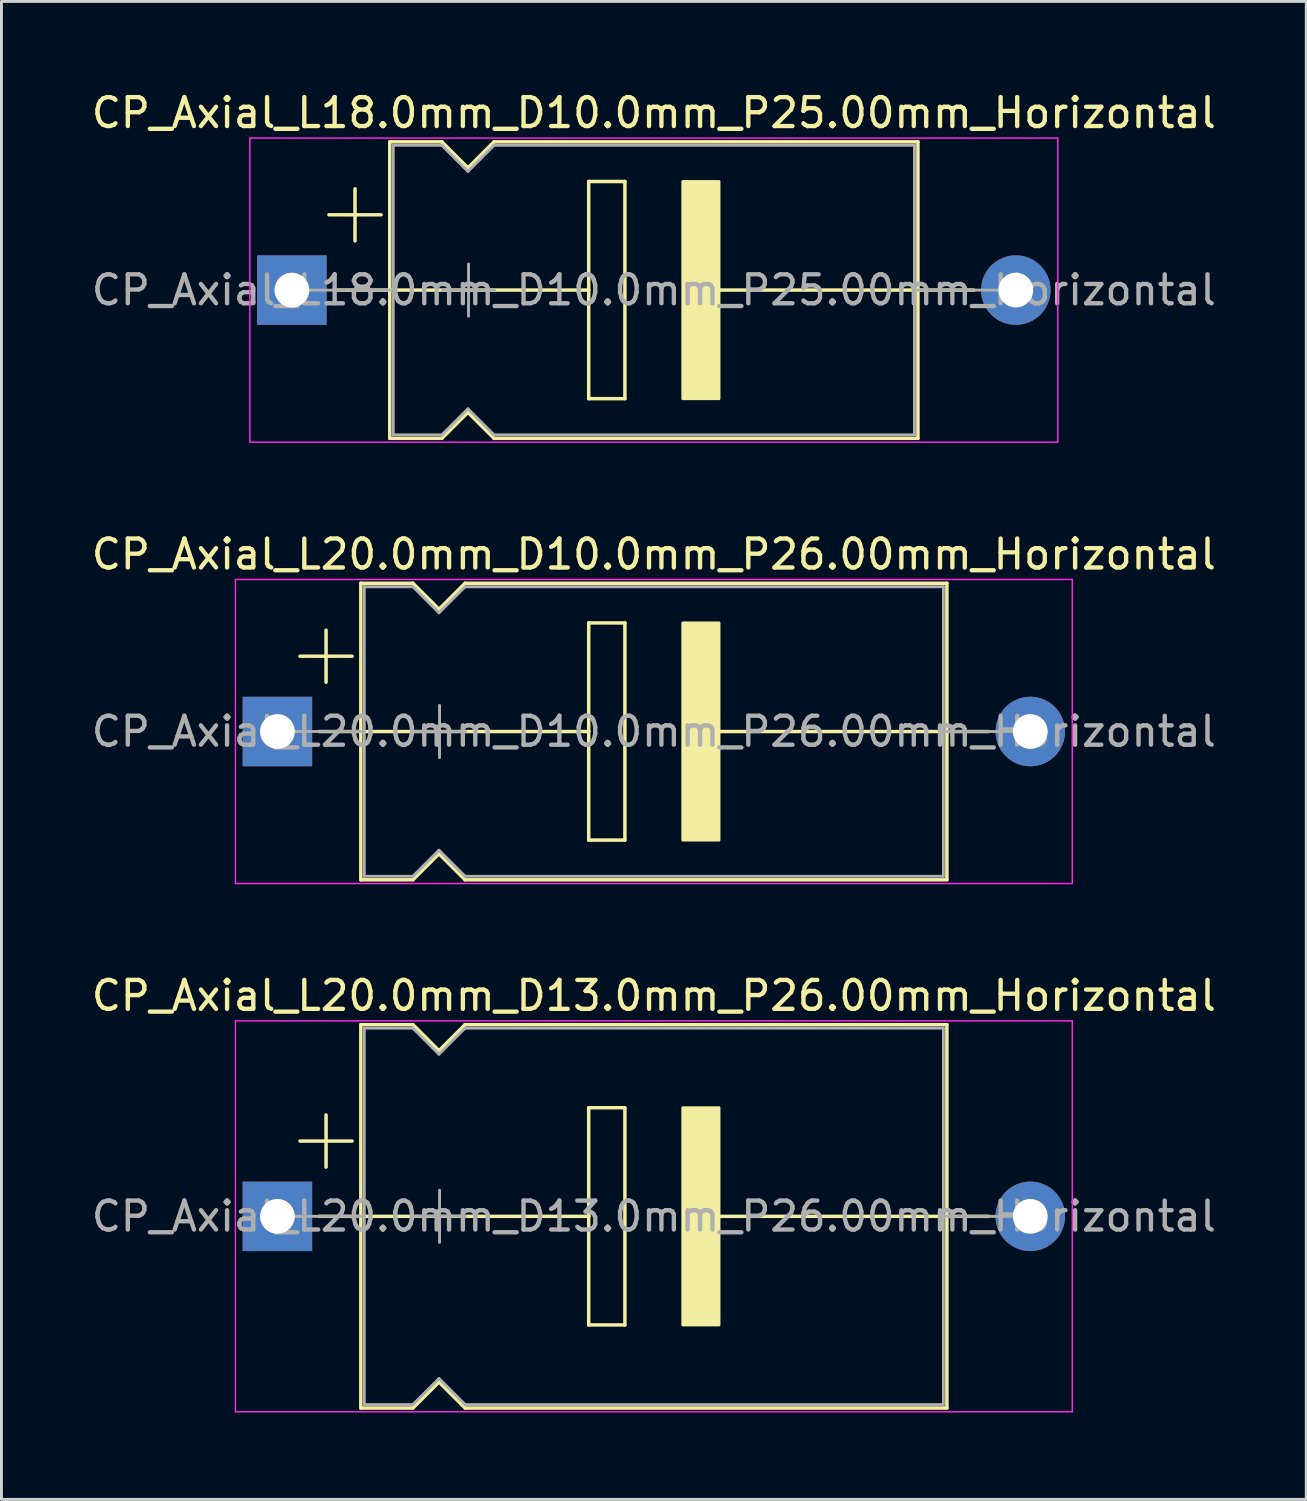
<source format=kicad_pcb>
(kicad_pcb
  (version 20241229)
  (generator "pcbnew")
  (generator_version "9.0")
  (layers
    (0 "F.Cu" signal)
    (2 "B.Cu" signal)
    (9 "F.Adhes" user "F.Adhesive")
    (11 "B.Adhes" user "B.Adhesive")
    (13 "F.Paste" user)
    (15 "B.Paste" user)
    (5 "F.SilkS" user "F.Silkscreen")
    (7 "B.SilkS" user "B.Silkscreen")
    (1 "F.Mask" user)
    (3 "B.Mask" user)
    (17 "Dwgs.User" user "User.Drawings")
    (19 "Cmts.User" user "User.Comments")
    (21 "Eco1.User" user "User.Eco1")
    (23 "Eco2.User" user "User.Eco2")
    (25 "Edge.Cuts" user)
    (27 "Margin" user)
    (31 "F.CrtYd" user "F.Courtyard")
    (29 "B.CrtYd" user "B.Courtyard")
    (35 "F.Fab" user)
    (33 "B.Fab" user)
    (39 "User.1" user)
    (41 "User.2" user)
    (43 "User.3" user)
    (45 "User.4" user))
  (footprint "CP_Axial_L20.0mm_D13.0mm_P26.00mm_Horizontal"
    (layer "F.Cu")
    (at 6.53 38.955)
    (property "Reference" "CP_Axial_L20.0mm_D13.0mm_P26.00mm_Horizontal" (at 13 -7.62 0) (layer "F.SilkS") (effects (font (size 1 1) (thickness 0.15))))
    (attr through_hole)
    (fp_line (start 0.78 -2.6) (end 2.58 -2.6) (stroke (width 0.12) (type solid)) (layer "F.SilkS"))
    (fp_line (start 1.44 0) (end 2.88 0) (stroke (width 0.12) (type solid)) (layer "F.SilkS"))
    (fp_line (start 1.68 -3.5) (end 1.68 -1.7) (stroke (width 0.12) (type solid)) (layer "F.SilkS"))
    (fp_line (start 2.88 -6.62) (end 2.88 6.62) (stroke (width 0.12) (type solid)) (layer "F.SilkS"))
    (fp_line (start 2.88 -6.62) (end 4.68 -6.62) (stroke (width 0.12) (type solid)) (layer "F.SilkS"))
    (fp_line (start 2.88 0) (end 10.75 0) (stroke (width 0.12) (type solid)) (layer "F.SilkS"))
    (fp_line (start 2.88 6.62) (end 4.68 6.62) (stroke (width 0.12) (type solid)) (layer "F.SilkS"))
    (fp_line (start 4.68 -6.62) (end 5.58 -5.72) (stroke (width 0.12) (type solid)) (layer "F.SilkS"))
    (fp_line (start 4.68 6.62) (end 5.58 5.72) (stroke (width 0.12) (type solid)) (layer "F.SilkS"))
    (fp_line (start 5.58 -5.72) (end 6.48 -6.62) (stroke (width 0.12) (type solid)) (layer "F.SilkS"))
    (fp_line (start 5.58 5.72) (end 6.48 6.62) (stroke (width 0.12) (type solid)) (layer "F.SilkS"))
    (fp_line (start 6.48 -6.62) (end 23.12 -6.62) (stroke (width 0.12) (type solid)) (layer "F.SilkS"))
    (fp_line (start 6.48 6.62) (end 23.12 6.62) (stroke (width 0.12) (type solid)) (layer "F.SilkS"))
    (fp_line (start 10.75 -3.75) (end 12 -3.75) (stroke (width 0.12) (type solid)) (layer "F.SilkS"))
    (fp_line (start 10.75 0) (end 10.75 -3.75) (stroke (width 0.12) (type solid)) (layer "F.SilkS"))
    (fp_line (start 10.75 3.75) (end 10.75 0) (stroke (width 0.12) (type solid)) (layer "F.SilkS"))
    (fp_line (start 12 -3.75) (end 12 3.75) (stroke (width 0.12) (type solid)) (layer "F.SilkS"))
    (fp_line (start 12 3.75) (end 10.75 3.75) (stroke (width 0.12) (type solid)) (layer "F.SilkS"))
    (fp_line (start 15.25 0) (end 23.12 0) (stroke (width 0.12) (type solid)) (layer "F.SilkS"))
    (fp_line (start 23.12 -6.62) (end 23.12 6.62) (stroke (width 0.12) (type solid)) (layer "F.SilkS"))
    (fp_line (start 24.56 0) (end 23.12 0) (stroke (width 0.12) (type solid)) (layer "F.SilkS"))
    (fp_poly (pts (xy 15.25 3.75) (xy 14 3.75) (xy 14 -3.75) (xy 15.25 -3.75)) (stroke (width 0.1) (type solid)) (fill yes) (layer "F.SilkS"))
    (fp_line (start -1.45 -6.75) (end -1.45 6.75) (stroke (width 0.05) (type solid)) (layer "F.CrtYd"))
    (fp_line (start -1.45 6.75) (end 27.45 6.75) (stroke (width 0.05) (type solid)) (layer "F.CrtYd"))
    (fp_line (start 27.45 -6.75) (end -1.45 -6.75) (stroke (width 0.05) (type solid)) (layer "F.CrtYd"))
    (fp_line (start 27.45 6.75) (end 27.45 -6.75) (stroke (width 0.05) (type solid)) (layer "F.CrtYd"))
    (fp_line (start 0 0) (end 3 0) (stroke (width 0.1) (type solid)) (layer "F.Fab"))
    (fp_line (start 3 -6.5) (end 3 6.5) (stroke (width 0.1) (type solid)) (layer "F.Fab"))
    (fp_line (start 3 -6.5) (end 4.68 -6.5) (stroke (width 0.1) (type solid)) (layer "F.Fab"))
    (fp_line (start 3 6.5) (end 4.68 6.5) (stroke (width 0.1) (type solid)) (layer "F.Fab"))
    (fp_line (start 4.68 -6.5) (end 5.58 -5.6) (stroke (width 0.1) (type solid)) (layer "F.Fab"))
    (fp_line (start 4.68 6.5) (end 5.58 5.6) (stroke (width 0.1) (type solid)) (layer "F.Fab"))
    (fp_line (start 4.7 0) (end 6.5 0) (stroke (width 0.1) (type solid)) (layer "F.Fab"))
    (fp_line (start 5.58 -5.6) (end 6.48 -6.5) (stroke (width 0.1) (type solid)) (layer "F.Fab"))
    (fp_line (start 5.58 5.6) (end 6.48 6.5) (stroke (width 0.1) (type solid)) (layer "F.Fab"))
    (fp_line (start 5.6 -0.9) (end 5.6 0.9) (stroke (width 0.1) (type solid)) (layer "F.Fab"))
    (fp_line (start 6.48 -6.5) (end 23 -6.5) (stroke (width 0.1) (type solid)) (layer "F.Fab"))
    (fp_line (start 6.48 6.5) (end 23 6.5) (stroke (width 0.1) (type solid)) (layer "F.Fab"))
    (fp_line (start 23 -6.5) (end 23 6.5) (stroke (width 0.1) (type solid)) (layer "F.Fab"))
    (fp_line (start 26 0) (end 23 0) (stroke (width 0.1) (type solid)) (layer "F.Fab"))
    (fp_text user "${REFERENCE}" (at 13 0 0) (layer "F.Fab") (effects (font (size 1 1) (thickness 0.15))))
    (pad "1" thru_hole rect (at 0 0) (size 2.4 2.4) (drill 1.2) (layers "*.Cu" "*.Mask"))
    (pad "2" thru_hole oval (at 26 0) (size 2.4 2.4) (drill 1.2) (layers "*.Cu" "*.Mask")))
  (footprint "CP_Axial_L18.0mm_D10.0mm_P25.00mm_Horizontal"
    (layer "F.Cu")
    (at 7.03 6.968)
    (property "Reference" "CP_Axial_L18.0mm_D10.0mm_P25.00mm_Horizontal" (at 12.5 -6.12 0) (layer "F.SilkS") (effects (font (size 1 1) (thickness 0.15))))
    (attr through_hole)
    (fp_line (start 1.28 -2.6) (end 3.08 -2.6) (stroke (width 0.12) (type solid)) (layer "F.SilkS"))
    (fp_line (start 1.44 0) (end 3.38 0) (stroke (width 0.12) (type solid)) (layer "F.SilkS"))
    (fp_line (start 2.18 -3.5) (end 2.18 -1.7) (stroke (width 0.12) (type solid)) (layer "F.SilkS"))
    (fp_line (start 3.38 -5.12) (end 3.38 5.12) (stroke (width 0.12) (type solid)) (layer "F.SilkS"))
    (fp_line (start 3.38 -5.12) (end 5.18 -5.12) (stroke (width 0.12) (type solid)) (layer "F.SilkS"))
    (fp_line (start 3.38 0) (end 10.25 0) (stroke (width 0.12) (type solid)) (layer "F.SilkS"))
    (fp_line (start 3.38 5.12) (end 5.18 5.12) (stroke (width 0.12) (type solid)) (layer "F.SilkS"))
    (fp_line (start 5.18 -5.12) (end 6.08 -4.22) (stroke (width 0.12) (type solid)) (layer "F.SilkS"))
    (fp_line (start 5.18 5.12) (end 6.08 4.22) (stroke (width 0.12) (type solid)) (layer "F.SilkS"))
    (fp_line (start 6.08 -4.22) (end 6.98 -5.12) (stroke (width 0.12) (type solid)) (layer "F.SilkS"))
    (fp_line (start 6.08 4.22) (end 6.98 5.12) (stroke (width 0.12) (type solid)) (layer "F.SilkS"))
    (fp_line (start 6.98 -5.12) (end 21.62 -5.12) (stroke (width 0.12) (type solid)) (layer "F.SilkS"))
    (fp_line (start 6.98 5.12) (end 21.62 5.12) (stroke (width 0.12) (type solid)) (layer "F.SilkS"))
    (fp_line (start 10.25 -3.75) (end 11.5 -3.75) (stroke (width 0.12) (type solid)) (layer "F.SilkS"))
    (fp_line (start 10.25 0) (end 10.25 -3.75) (stroke (width 0.12) (type solid)) (layer "F.SilkS"))
    (fp_line (start 10.25 3.75) (end 10.25 0) (stroke (width 0.12) (type solid)) (layer "F.SilkS"))
    (fp_line (start 11.5 -3.75) (end 11.5 3.75) (stroke (width 0.12) (type solid)) (layer "F.SilkS"))
    (fp_line (start 11.5 3.75) (end 10.25 3.75) (stroke (width 0.12) (type solid)) (layer "F.SilkS"))
    (fp_line (start 14.75 0) (end 21.62 0) (stroke (width 0.12) (type solid)) (layer "F.SilkS"))
    (fp_line (start 21.62 -5.12) (end 21.62 5.12) (stroke (width 0.12) (type solid)) (layer "F.SilkS"))
    (fp_line (start 23.56 0) (end 21.62 0) (stroke (width 0.12) (type solid)) (layer "F.SilkS"))
    (fp_poly (pts (xy 14.75 3.75) (xy 13.5 3.75) (xy 13.5 -3.75) (xy 14.75 -3.75)) (stroke (width 0.1) (type solid)) (fill yes) (layer "F.SilkS"))
    (fp_line (start -1.45 -5.25) (end -1.45 5.25) (stroke (width 0.05) (type solid)) (layer "F.CrtYd"))
    (fp_line (start -1.45 5.25) (end 26.45 5.25) (stroke (width 0.05) (type solid)) (layer "F.CrtYd"))
    (fp_line (start 26.45 -5.25) (end -1.45 -5.25) (stroke (width 0.05) (type solid)) (layer "F.CrtYd"))
    (fp_line (start 26.45 5.25) (end 26.45 -5.25) (stroke (width 0.05) (type solid)) (layer "F.CrtYd"))
    (fp_line (start 0 0) (end 3.5 0) (stroke (width 0.1) (type solid)) (layer "F.Fab"))
    (fp_line (start 3.5 -5) (end 3.5 5) (stroke (width 0.1) (type solid)) (layer "F.Fab"))
    (fp_line (start 3.5 -5) (end 5.18 -5) (stroke (width 0.1) (type solid)) (layer "F.Fab"))
    (fp_line (start 3.5 5) (end 5.18 5) (stroke (width 0.1) (type solid)) (layer "F.Fab"))
    (fp_line (start 5.18 -5) (end 6.08 -4.1) (stroke (width 0.1) (type solid)) (layer "F.Fab"))
    (fp_line (start 5.18 5) (end 6.08 4.1) (stroke (width 0.1) (type solid)) (layer "F.Fab"))
    (fp_line (start 5.2 0) (end 7 0) (stroke (width 0.1) (type solid)) (layer "F.Fab"))
    (fp_line (start 6.08 -4.1) (end 6.98 -5) (stroke (width 0.1) (type solid)) (layer "F.Fab"))
    (fp_line (start 6.08 4.1) (end 6.98 5) (stroke (width 0.1) (type solid)) (layer "F.Fab"))
    (fp_line (start 6.1 -0.9) (end 6.1 0.9) (stroke (width 0.1) (type solid)) (layer "F.Fab"))
    (fp_line (start 6.98 -5) (end 21.5 -5) (stroke (width 0.1) (type solid)) (layer "F.Fab"))
    (fp_line (start 6.98 5) (end 21.5 5) (stroke (width 0.1) (type solid)) (layer "F.Fab"))
    (fp_line (start 21.5 -5) (end 21.5 5) (stroke (width 0.1) (type solid)) (layer "F.Fab"))
    (fp_line (start 25 0) (end 21.5 0) (stroke (width 0.1) (type solid)) (layer "F.Fab"))
    (fp_text user "${REFERENCE}" (at 12.5 0 0) (layer "F.Fab") (effects (font (size 1 1) (thickness 0.15))))
    (pad "1" thru_hole rect (at 0 0) (size 2.4 2.4) (drill 1.2) (layers "*.Cu" "*.Mask"))
    (pad "2" thru_hole oval (at 25 0) (size 2.4 2.4) (drill 1.2) (layers "*.Cu" "*.Mask")))
  (footprint "CP_Axial_L20.0mm_D10.0mm_P26.00mm_Horizontal"
    (layer "F.Cu")
    (at 6.53 22.212)
    (property "Reference" "CP_Axial_L20.0mm_D10.0mm_P26.00mm_Horizontal" (at 13 -6.12 0) (layer "F.SilkS") (effects (font (size 1 1) (thickness 0.15))))
    (attr through_hole)
    (fp_line (start 0.78 -2.6) (end 2.58 -2.6) (stroke (width 0.12) (type solid)) (layer "F.SilkS"))
    (fp_line (start 1.44 0) (end 2.88 0) (stroke (width 0.12) (type solid)) (layer "F.SilkS"))
    (fp_line (start 1.68 -3.5) (end 1.68 -1.7) (stroke (width 0.12) (type solid)) (layer "F.SilkS"))
    (fp_line (start 2.88 -5.12) (end 2.88 5.12) (stroke (width 0.12) (type solid)) (layer "F.SilkS"))
    (fp_line (start 2.88 -5.12) (end 4.68 -5.12) (stroke (width 0.12) (type solid)) (layer "F.SilkS"))
    (fp_line (start 2.88 0) (end 10.75 0) (stroke (width 0.12) (type solid)) (layer "F.SilkS"))
    (fp_line (start 2.88 5.12) (end 4.68 5.12) (stroke (width 0.12) (type solid)) (layer "F.SilkS"))
    (fp_line (start 4.68 -5.12) (end 5.58 -4.22) (stroke (width 0.12) (type solid)) (layer "F.SilkS"))
    (fp_line (start 4.68 5.12) (end 5.58 4.22) (stroke (width 0.12) (type solid)) (layer "F.SilkS"))
    (fp_line (start 5.58 -4.22) (end 6.48 -5.12) (stroke (width 0.12) (type solid)) (layer "F.SilkS"))
    (fp_line (start 5.58 4.22) (end 6.48 5.12) (stroke (width 0.12) (type solid)) (layer "F.SilkS"))
    (fp_line (start 6.48 -5.12) (end 23.12 -5.12) (stroke (width 0.12) (type solid)) (layer "F.SilkS"))
    (fp_line (start 6.48 5.12) (end 23.12 5.12) (stroke (width 0.12) (type solid)) (layer "F.SilkS"))
    (fp_line (start 10.75 -3.75) (end 12 -3.75) (stroke (width 0.12) (type solid)) (layer "F.SilkS"))
    (fp_line (start 10.75 0) (end 10.75 -3.75) (stroke (width 0.12) (type solid)) (layer "F.SilkS"))
    (fp_line (start 10.75 3.75) (end 10.75 0) (stroke (width 0.12) (type solid)) (layer "F.SilkS"))
    (fp_line (start 12 -3.75) (end 12 3.75) (stroke (width 0.12) (type solid)) (layer "F.SilkS"))
    (fp_line (start 12 3.75) (end 10.75 3.75) (stroke (width 0.12) (type solid)) (layer "F.SilkS"))
    (fp_line (start 15.25 0) (end 23.12 0) (stroke (width 0.12) (type solid)) (layer "F.SilkS"))
    (fp_line (start 23.12 -5.12) (end 23.12 5.12) (stroke (width 0.12) (type solid)) (layer "F.SilkS"))
    (fp_line (start 24.56 0) (end 23.12 0) (stroke (width 0.12) (type solid)) (layer "F.SilkS"))
    (fp_poly (pts (xy 15.25 3.75) (xy 14 3.75) (xy 14 -3.75) (xy 15.25 -3.75)) (stroke (width 0.1) (type solid)) (fill yes) (layer "F.SilkS"))
    (fp_line (start -1.45 -5.25) (end -1.45 5.25) (stroke (width 0.05) (type solid)) (layer "F.CrtYd"))
    (fp_line (start -1.45 5.25) (end 27.45 5.25) (stroke (width 0.05) (type solid)) (layer "F.CrtYd"))
    (fp_line (start 27.45 -5.25) (end -1.45 -5.25) (stroke (width 0.05) (type solid)) (layer "F.CrtYd"))
    (fp_line (start 27.45 5.25) (end 27.45 -5.25) (stroke (width 0.05) (type solid)) (layer "F.CrtYd"))
    (fp_line (start 0 0) (end 3 0) (stroke (width 0.1) (type solid)) (layer "F.Fab"))
    (fp_line (start 3 -5) (end 3 5) (stroke (width 0.1) (type solid)) (layer "F.Fab"))
    (fp_line (start 3 -5) (end 4.68 -5) (stroke (width 0.1) (type solid)) (layer "F.Fab"))
    (fp_line (start 3 5) (end 4.68 5) (stroke (width 0.1) (type solid)) (layer "F.Fab"))
    (fp_line (start 4.68 -5) (end 5.58 -4.1) (stroke (width 0.1) (type solid)) (layer "F.Fab"))
    (fp_line (start 4.68 5) (end 5.58 4.1) (stroke (width 0.1) (type solid)) (layer "F.Fab"))
    (fp_line (start 4.7 0) (end 6.5 0) (stroke (width 0.1) (type solid)) (layer "F.Fab"))
    (fp_line (start 5.58 -4.1) (end 6.48 -5) (stroke (width 0.1) (type solid)) (layer "F.Fab"))
    (fp_line (start 5.58 4.1) (end 6.48 5) (stroke (width 0.1) (type solid)) (layer "F.Fab"))
    (fp_line (start 5.6 -0.9) (end 5.6 0.9) (stroke (width 0.1) (type solid)) (layer "F.Fab"))
    (fp_line (start 6.48 -5) (end 23 -5) (stroke (width 0.1) (type solid)) (layer "F.Fab"))
    (fp_line (start 6.48 5) (end 23 5) (stroke (width 0.1) (type solid)) (layer "F.Fab"))
    (fp_line (start 23 -5) (end 23 5) (stroke (width 0.1) (type solid)) (layer "F.Fab"))
    (fp_line (start 26 0) (end 23 0) (stroke (width 0.1) (type solid)) (layer "F.Fab"))
    (fp_text user "${REFERENCE}" (at 13 0 0) (layer "F.Fab") (effects (font (size 1 1) (thickness 0.15))))
    (pad "1" thru_hole rect (at 0 0) (size 2.4 2.4) (drill 1.2) (layers "*.Cu" "*.Mask"))
    (pad "2" thru_hole oval (at 26 0) (size 2.4 2.4) (drill 1.2) (layers "*.Cu" "*.Mask")))
  (gr_rect
    (start -3 -3)
    (end 42.06 48.73)
    (stroke (width 0.1) (type default))
    (fill no)
    (layer "Edge.Cuts")))
</source>
